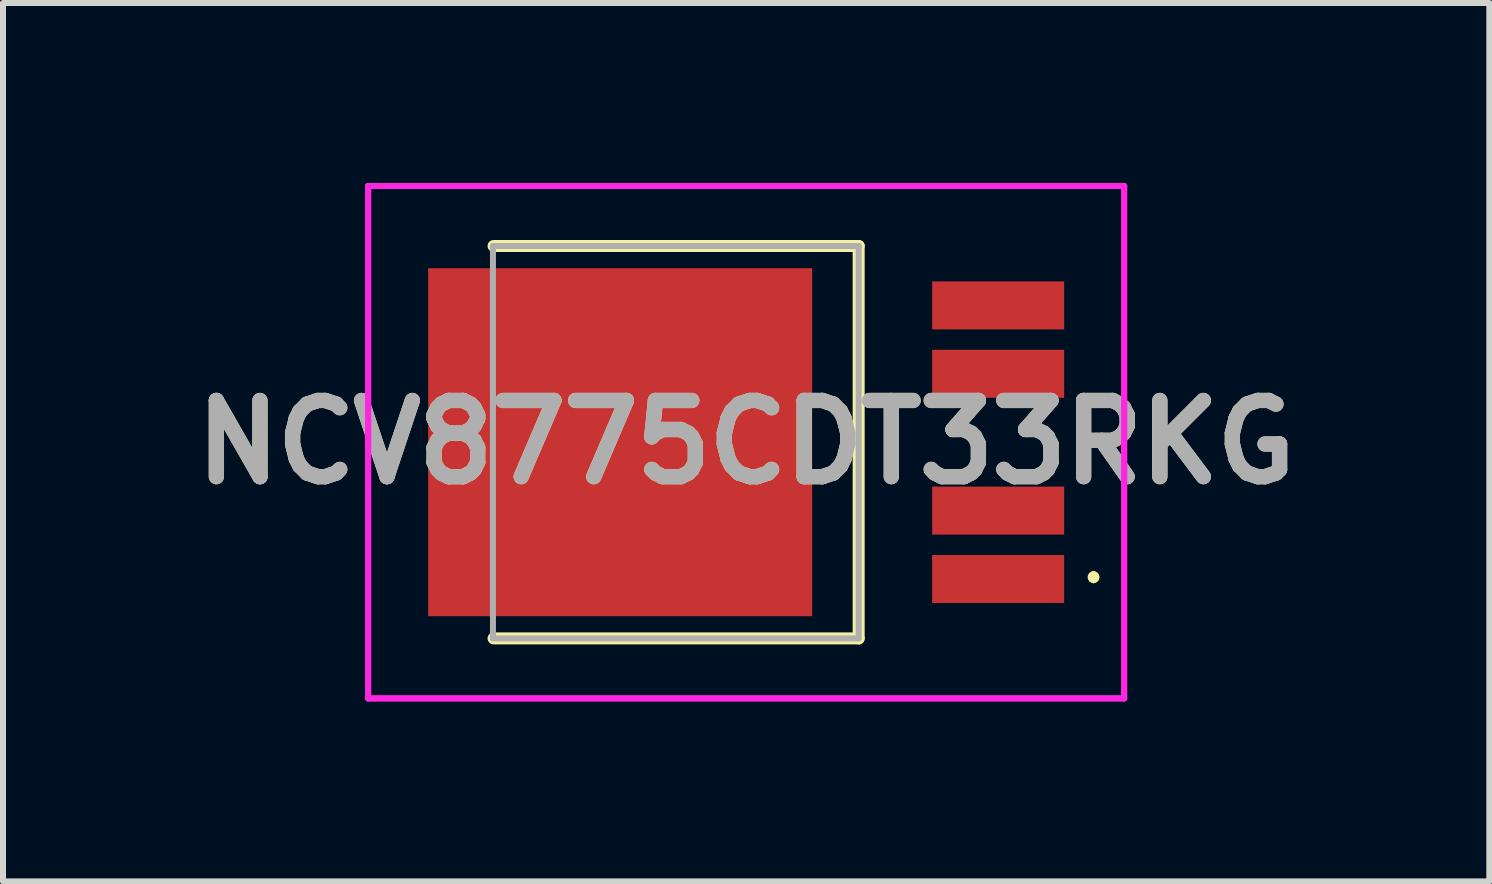
<source format=kicad_pcb>
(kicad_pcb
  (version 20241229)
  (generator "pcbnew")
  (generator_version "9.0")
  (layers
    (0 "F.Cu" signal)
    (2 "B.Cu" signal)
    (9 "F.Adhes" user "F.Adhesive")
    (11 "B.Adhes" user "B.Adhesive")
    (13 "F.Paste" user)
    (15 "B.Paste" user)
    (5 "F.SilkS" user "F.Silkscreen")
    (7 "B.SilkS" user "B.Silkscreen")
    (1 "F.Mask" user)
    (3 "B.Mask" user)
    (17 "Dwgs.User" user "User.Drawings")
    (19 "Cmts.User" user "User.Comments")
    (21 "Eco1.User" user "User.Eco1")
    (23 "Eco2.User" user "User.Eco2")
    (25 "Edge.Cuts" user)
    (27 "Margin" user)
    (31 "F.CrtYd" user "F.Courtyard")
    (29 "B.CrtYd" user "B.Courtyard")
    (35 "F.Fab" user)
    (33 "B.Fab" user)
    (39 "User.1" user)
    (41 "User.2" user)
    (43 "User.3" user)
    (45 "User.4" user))
  (footprint "NCV8775CDT33RKG"
    (layer "F.Cu")
    (at 9.376 4.32)
    (property "Reference" "NCV8775CDT33RKG" (at 0.01 0 0) (layer "F.SilkS") (effects (font (size 1.27 1.27) (thickness 0.254))))
    (attr smd)
    (fp_line (start -4.2 -3.27) (end 1.885 -3.27) (stroke (width 0.2) (type solid)) (layer "F.SilkS"))
    (fp_line (start 1.885 -3.27) (end 1.885 3.27) (stroke (width 0.2) (type solid)) (layer "F.SilkS"))
    (fp_line (start 1.885 3.27) (end -4.2 3.27) (stroke (width 0.2) (type solid)) (layer "F.SilkS"))
    (fp_line (start 5.8 2.2) (end 5.8 2.2) (stroke (width 0.1) (type solid)) (layer "F.SilkS"))
    (fp_line (start 5.8 2.3) (end 5.8 2.3) (stroke (width 0.1) (type solid)) (layer "F.SilkS"))
    (fp_arc (start 5.8 2.2) (mid 5.85 2.25) (end 5.8 2.3) (stroke (width 0.1) (type solid)) (layer "F.SilkS"))
    (fp_arc (start 5.8 2.3) (mid 5.75 2.25) (end 5.8 2.2) (stroke (width 0.1) (type solid)) (layer "F.SilkS"))
    (fp_line (start -6.29 -4.27) (end 6.31 -4.27) (stroke (width 0.1) (type solid)) (layer "F.CrtYd"))
    (fp_line (start -6.29 -4.27) (end 6.31 -4.27) (stroke (width 0.1) (type solid)) (layer "F.CrtYd"))
    (fp_line (start -6.29 4.27) (end -6.29 -4.27) (stroke (width 0.1) (type solid)) (layer "F.CrtYd"))
    (fp_line (start -6.29 4.27) (end -6.29 -4.27) (stroke (width 0.1) (type solid)) (layer "F.CrtYd"))
    (fp_line (start 6.31 -4.27) (end 6.31 4.27) (stroke (width 0.1) (type solid)) (layer "F.CrtYd"))
    (fp_line (start 6.31 -4.27) (end 6.31 4.27) (stroke (width 0.1) (type solid)) (layer "F.CrtYd"))
    (fp_line (start 6.31 4.27) (end -6.29 4.27) (stroke (width 0.1) (type solid)) (layer "F.CrtYd"))
    (fp_line (start 6.31 4.27) (end -6.29 4.27) (stroke (width 0.1) (type solid)) (layer "F.CrtYd"))
    (fp_line (start -4.21 -3.27) (end 1.885 -3.27) (stroke (width 0.1) (type solid)) (layer "F.Fab"))
    (fp_line (start -4.21 3.27) (end -4.21 -3.27) (stroke (width 0.1) (type solid)) (layer "F.Fab"))
    (fp_line (start 1.885 -3.27) (end 1.885 3.27) (stroke (width 0.1) (type solid)) (layer "F.Fab"))
    (fp_line (start 1.885 3.27) (end -4.21 3.27) (stroke (width 0.1) (type solid)) (layer "F.Fab"))
    (fp_text user "${REFERENCE}" (at 0.01 0 0) (layer "F.Fab") (effects (font (size 1.27 1.27) (thickness 0.254))))
    (pad "1" smd rect (at 4.21 2.28 90) (size 0.8 2.2) (layers "F.Cu" "F.Mask" "F.Paste"))
    (pad "2" smd rect (at 4.21 1.14 90) (size 0.8 2.2) (layers "F.Cu" "F.Mask" "F.Paste"))
    (pad "3" smd rect (at -2.09 0 90) (size 5.8 6.4) (layers "F.Cu" "F.Mask" "F.Paste"))
    (pad "4" smd rect (at 4.21 -1.14 90) (size 0.8 2.2) (layers "F.Cu" "F.Mask" "F.Paste"))
    (pad "5" smd rect (at 4.21 -2.28 90) (size 0.8 2.2) (layers "F.Cu" "F.Mask" "F.Paste")))
  (gr_rect
    (start -3 -3)
    (end 21.772 11.64)
    (stroke (width 0.1) (type default))
    (fill no)
    (layer "Edge.Cuts")))
</source>
